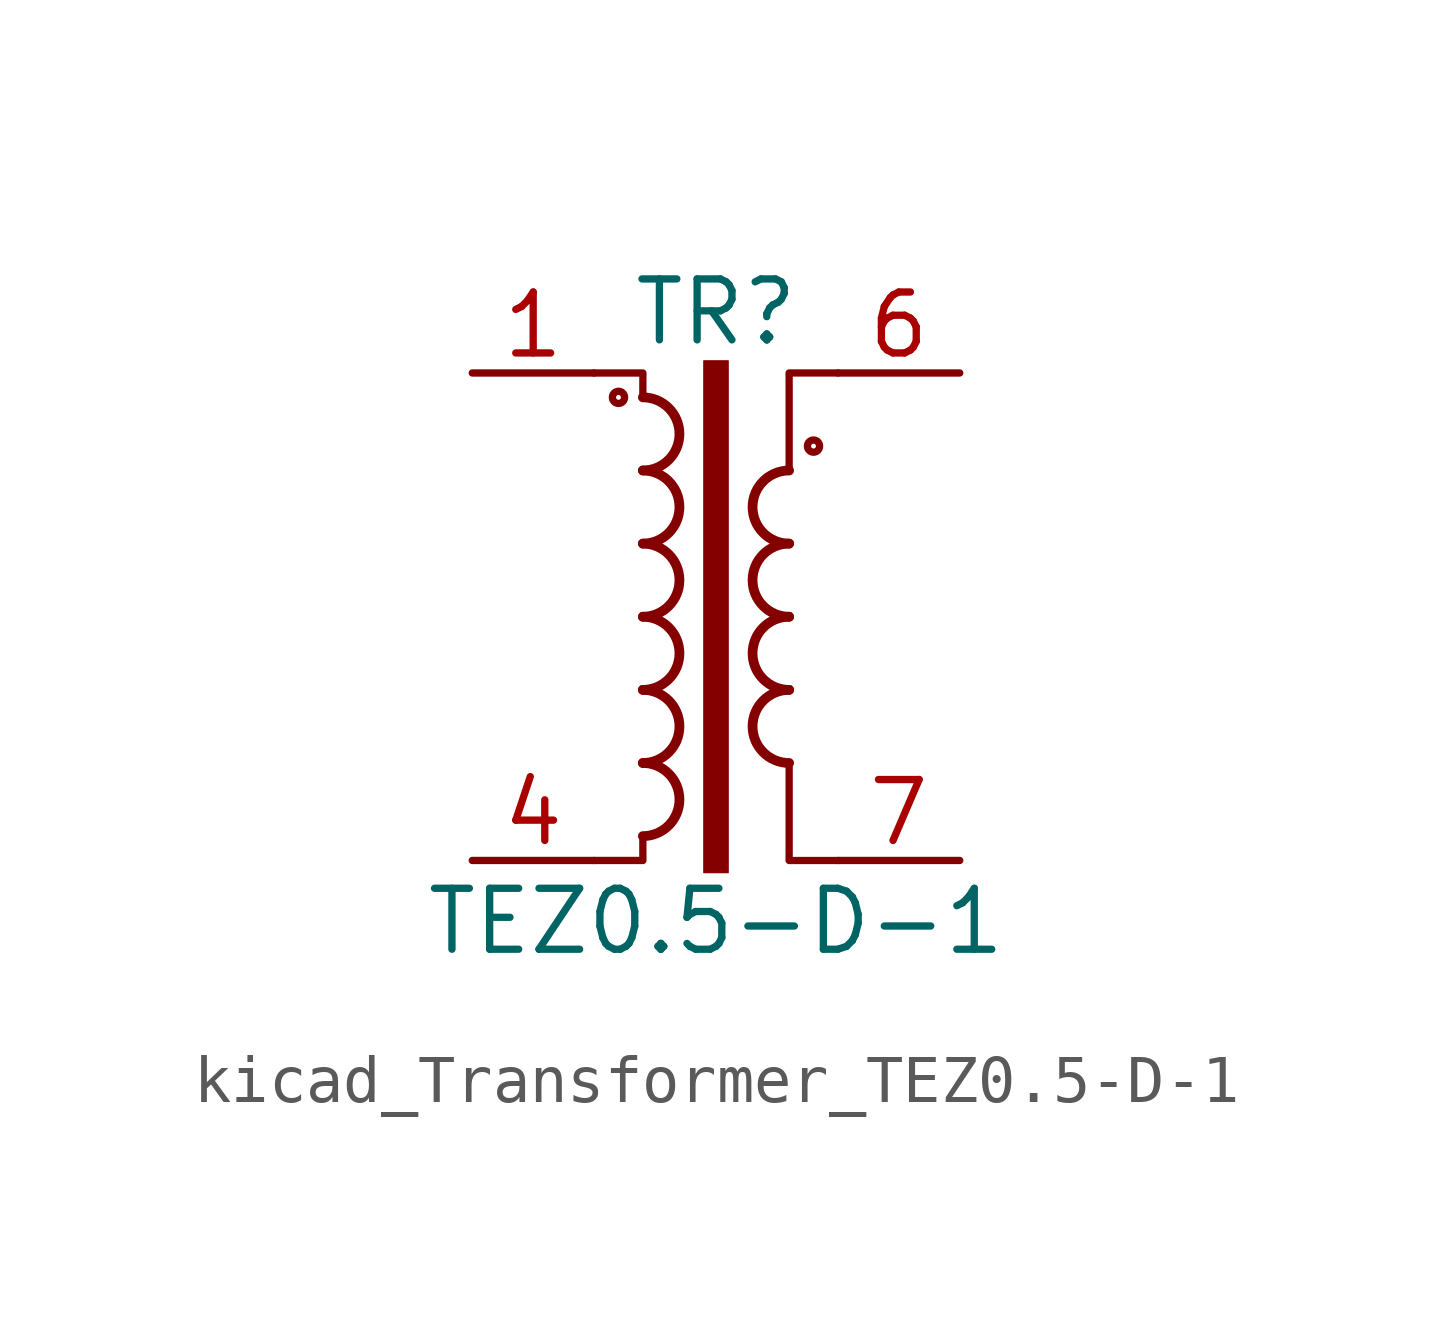
<source format=kicad_sym>
(kicad_symbol_lib
  (version 20220914)
  (generator kicad_symbol_editor)
  (symbol "kicad_Transformer_TEZ0.5-D-1"
    (pin_names
      (offset 0.025))
    (property "Reference" "TR"
      (at 0 6.35 0)
      (effects (font (size 1.27 1.27))))
    (property "Value" "TEZ0.5-D-1"
      (at 0 -6.35 0)
      (effects (font (size 1.27 1.27))))
    (symbol "kicad_Transformer_TEZ0.5-D-1_0_1"
      (circle (center -2.032 4.572) (radius 0.127) (stroke (width 0) (type default)) (fill (type none)))
      (arc (start -1.524 -4.572) (mid -0.7653 -3.81) (end -1.524 -3.048) (stroke (width 0.2032) (type default)) (fill (type none)))
      (arc (start -1.524 -3.048) (mid -0.7653 -2.286) (end -1.524 -1.524) (stroke (width 0.2032) (type default)) (fill (type none)))
      (arc (start -1.524 -1.524) (mid -0.7653 -0.762) (end -1.524 0) (stroke (width 0.2032) (type default)) (fill (type none)))
      (arc (start -1.524 0) (mid -0.7653 0.762) (end -1.524 1.524) (stroke (width 0.2032) (type default)) (fill (type none)))
      (arc (start -1.524 1.524) (mid -0.7653 2.286) (end -1.524 3.048) (stroke (width 0.2032) (type default)) (fill (type none)))
      (arc (start -1.524 3.048) (mid -0.7653 3.81) (end -1.524 4.572) (stroke (width 0.2032) (type default)) (fill (type none)))
      (rectangle (start -0.254 5.334) (end 0.254 -5.334) (stroke (width 0.025) (type default)) (fill (type outline)))
      (polyline (pts (xy -1.524 -4.572) (xy -1.524 -5.08) (xy -2.54 -5.08)) (stroke (width 0) (type default)) (fill (type none)))
      (polyline (pts (xy -1.524 4.572) (xy -1.524 5.08) (xy -2.54 5.08)) (stroke (width 0) (type default)) (fill (type none)))
      (polyline (pts (xy 1.524 3.048) (xy 1.524 5.08) (xy 2.54 5.08) (xy 2.54 5.08)) (stroke (width 0.152) (type default)) (fill (type none)))
      (polyline (pts (xy 2.54 -5.08) (xy 1.524 -5.08) (xy 1.524 -3.048) (xy 1.524 -3.048)) (stroke (width 0.152) (type default)) (fill (type none)))
      (arc (start 1.524 -1.524) (mid 0.7653 -2.286) (end 1.524 -3.048) (stroke (width 0.2032) (type default)) (fill (type none)))
      (arc (start 1.524 0) (mid 0.7653 -0.762) (end 1.524 -1.524) (stroke (width 0.2032) (type default)) (fill (type none)))
      (arc (start 1.524 1.524) (mid 0.7653 0.762) (end 1.524 0) (stroke (width 0.2032) (type default)) (fill (type none)))
      (arc (start 1.524 3.048) (mid 0.7653 2.286) (end 1.524 1.524) (stroke (width 0.2032) (type default)) (fill (type none)))
      (circle (center 2.032 3.556) (radius 0.127) (stroke (width 0) (type default)) (fill (type none))))
    (symbol "kicad_Transformer_TEZ0.5-D-1_1_1"
      (pin passive line (at -5.08 5.08 0) (length 2.54) (name "~" (effects (font (size 1.27 1.27)))) (number "1" (effects (font (size 1.27 1.27)))))
      (pin passive line (at -5.08 -5.08 0) (length 2.54) (name "~" (effects (font (size 1.27 1.27)))) (number "4" (effects (font (size 1.27 1.27)))))
      (pin passive line (at 5.08 5.08 180) (length 2.54) (name "~" (effects (font (size 1.27 1.27)))) (number "6" (effects (font (size 1.27 1.27)))))
      (pin passive line (at 5.08 -5.08 180) (length 2.54) (name "~" (effects (font (size 1.27 1.27)))) (number "7" (effects (font (size 1.27 1.27))))))))
</source>
